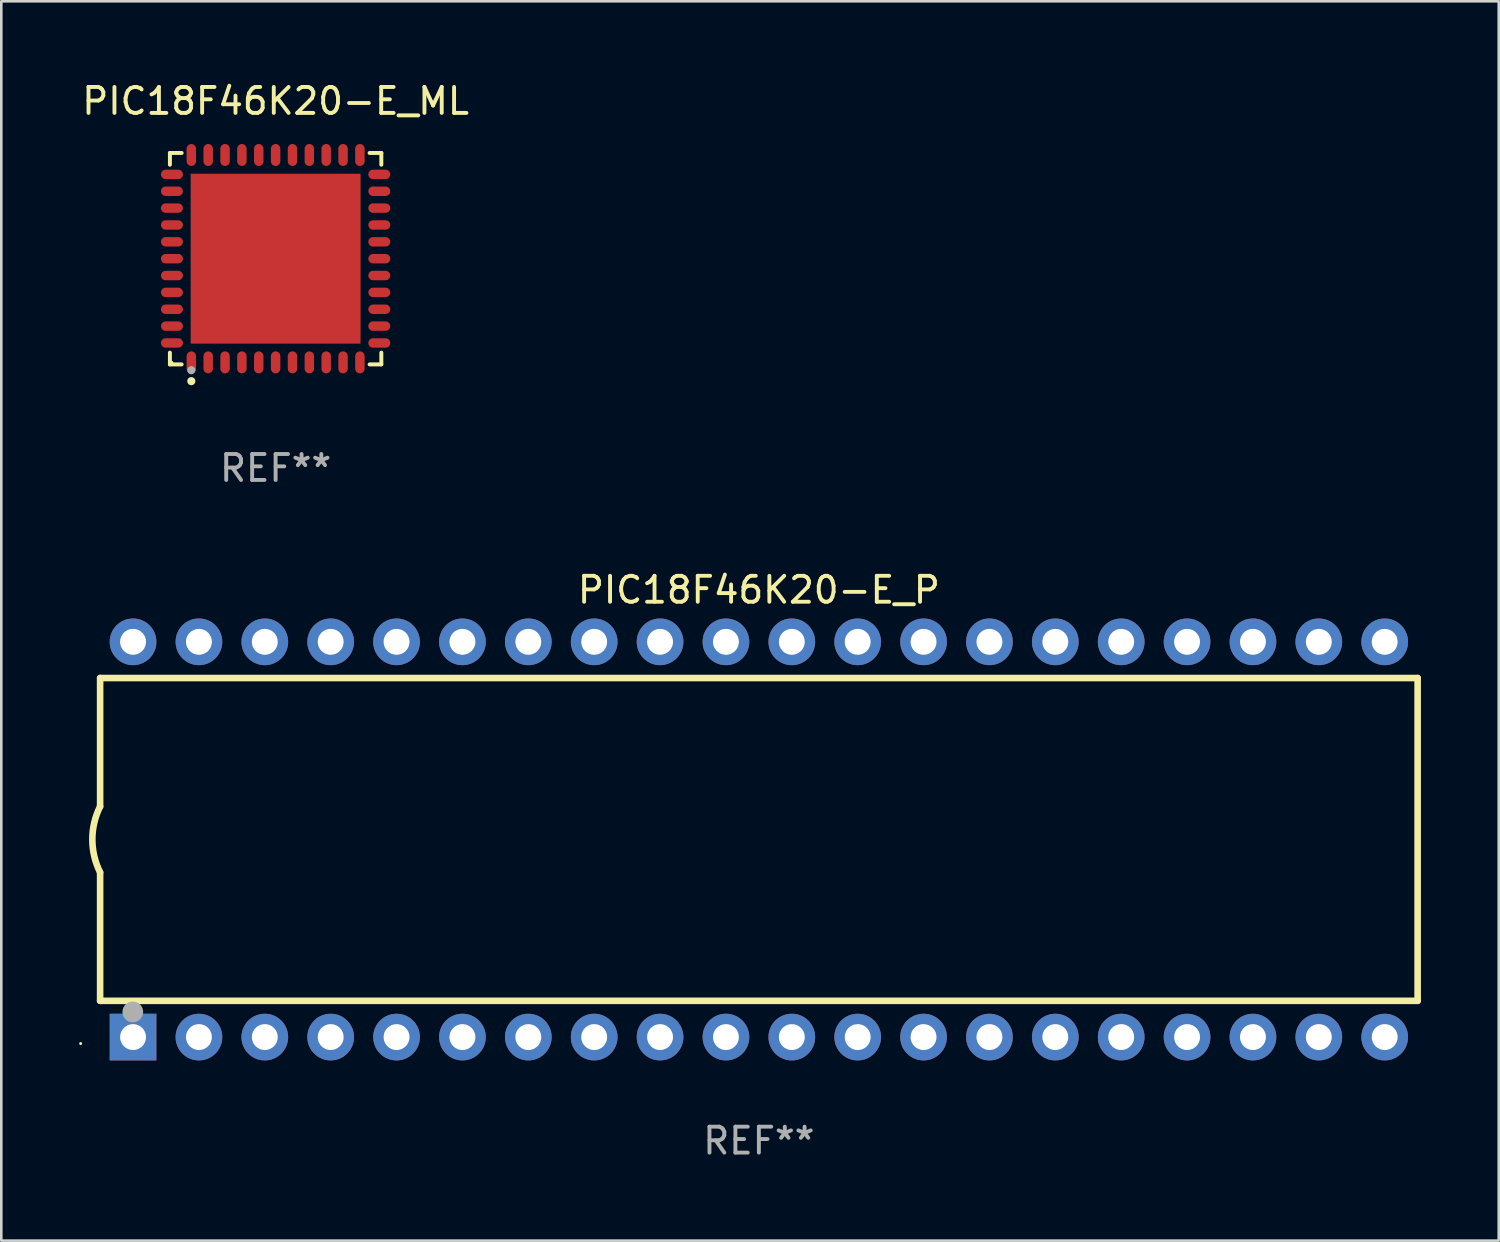
<source format=kicad_pcb>
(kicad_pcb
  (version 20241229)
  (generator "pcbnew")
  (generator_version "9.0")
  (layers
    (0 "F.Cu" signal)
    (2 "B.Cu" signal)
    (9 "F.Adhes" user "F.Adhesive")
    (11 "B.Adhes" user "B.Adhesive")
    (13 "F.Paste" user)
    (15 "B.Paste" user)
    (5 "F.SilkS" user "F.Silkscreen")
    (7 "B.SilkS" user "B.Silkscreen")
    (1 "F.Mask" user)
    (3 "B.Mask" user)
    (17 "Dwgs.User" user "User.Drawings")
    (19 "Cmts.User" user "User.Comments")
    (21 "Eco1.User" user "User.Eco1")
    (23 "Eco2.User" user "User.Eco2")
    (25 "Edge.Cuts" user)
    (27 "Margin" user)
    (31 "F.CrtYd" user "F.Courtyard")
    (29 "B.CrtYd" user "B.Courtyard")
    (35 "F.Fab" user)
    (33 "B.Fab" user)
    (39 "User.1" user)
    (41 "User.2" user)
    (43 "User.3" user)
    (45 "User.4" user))
  (footprint "PIC18F46K20-E_ML"
    (layer "F.Cu")
    (at 7.577 6.924)
    (property "Reference" "PIC18F46K20-E_ML" (at 0 -6.076 0) (layer "F.SilkS") (effects (font (size 1 1) (thickness 0.15))))
    (attr through_hole)
    (fp_line (start -4.076 -4.076) (end -3.623 -4.076) (stroke (width 0.152) (type solid)) (layer "F.SilkS"))
    (fp_line (start -4.076 -3.623) (end -4.076 -4.076) (stroke (width 0.152) (type solid)) (layer "F.SilkS"))
    (fp_line (start -4.076 3.623) (end -4.076 4.076) (stroke (width 0.152) (type solid)) (layer "F.SilkS"))
    (fp_line (start -4.076 4.076) (end -3.623 4.076) (stroke (width 0.152) (type solid)) (layer "F.SilkS"))
    (fp_line (start 4.076 -4.076) (end 3.623 -4.076) (stroke (width 0.152) (type solid)) (layer "F.SilkS"))
    (fp_line (start 4.076 -3.623) (end 4.076 -4.076) (stroke (width 0.152) (type solid)) (layer "F.SilkS"))
    (fp_line (start 4.076 3.623) (end 4.076 4.076) (stroke (width 0.152) (type solid)) (layer "F.SilkS"))
    (fp_line (start 4.076 4.076) (end 3.623 4.076) (stroke (width 0.152) (type solid)) (layer "F.SilkS"))
    (fp_circle (center -4 4) (end -3.97 4) (stroke (width 0.06) (type solid)) (fill no) (layer "F.SilkS"))
    (fp_circle (center -3.25 4.722) (end -3.171 4.722) (stroke (width 0.158) (type solid)) (fill no) (layer "F.SilkS"))
    (fp_circle (center -3.25 4.3) (end -3.171 4.3) (stroke (width 0.158) (type solid)) (fill no) (layer "F.Fab"))
    (fp_text user "REF**" (at 0 8.076 0) (layer "F.Fab") (effects (font (size 1 1) (thickness 0.15))))
    (pad "1" smd oval (at -3.25 3.998) (size 0.364 0.847) (layers "F.Cu" "F.Mask" "F.Paste"))
    (pad "2" smd oval (at -2.6 3.998) (size 0.364 0.847) (layers "F.Cu" "F.Mask" "F.Paste"))
    (pad "3" smd oval (at -1.95 3.998) (size 0.364 0.847) (layers "F.Cu" "F.Mask" "F.Paste"))
    (pad "4" smd oval (at -1.3 3.998) (size 0.364 0.847) (layers "F.Cu" "F.Mask" "F.Paste"))
    (pad "5" smd oval (at -0.65 3.998) (size 0.364 0.847) (layers "F.Cu" "F.Mask" "F.Paste"))
    (pad "6" smd oval (at 0 3.998) (size 0.364 0.847) (layers "F.Cu" "F.Mask" "F.Paste"))
    (pad "7" smd oval (at 0.65 3.998) (size 0.364 0.847) (layers "F.Cu" "F.Mask" "F.Paste"))
    (pad "8" smd oval (at 1.3 3.998) (size 0.364 0.847) (layers "F.Cu" "F.Mask" "F.Paste"))
    (pad "9" smd oval (at 1.95 3.998) (size 0.364 0.847) (layers "F.Cu" "F.Mask" "F.Paste"))
    (pad "10" smd oval (at 2.6 3.998) (size 0.364 0.847) (layers "F.Cu" "F.Mask" "F.Paste"))
    (pad "11" smd oval (at 3.25 3.998) (size 0.364 0.847) (layers "F.Cu" "F.Mask" "F.Paste"))
    (pad "12" smd oval (at 3.998 3.25) (size 0.847 0.364) (layers "F.Cu" "F.Mask" "F.Paste"))
    (pad "13" smd oval (at 3.998 2.6) (size 0.847 0.364) (layers "F.Cu" "F.Mask" "F.Paste"))
    (pad "14" smd oval (at 3.998 1.95) (size 0.847 0.364) (layers "F.Cu" "F.Mask" "F.Paste"))
    (pad "15" smd oval (at 3.998 1.3) (size 0.847 0.364) (layers "F.Cu" "F.Mask" "F.Paste"))
    (pad "16" smd oval (at 3.998 0.65) (size 0.847 0.364) (layers "F.Cu" "F.Mask" "F.Paste"))
    (pad "17" smd oval (at 3.998 0) (size 0.847 0.364) (layers "F.Cu" "F.Mask" "F.Paste"))
    (pad "18" smd oval (at 3.998 -0.65) (size 0.847 0.364) (layers "F.Cu" "F.Mask" "F.Paste"))
    (pad "19" smd oval (at 3.998 -1.3) (size 0.847 0.364) (layers "F.Cu" "F.Mask" "F.Paste"))
    (pad "20" smd oval (at 3.998 -1.95) (size 0.847 0.364) (layers "F.Cu" "F.Mask" "F.Paste"))
    (pad "21" smd oval (at 3.998 -2.6) (size 0.847 0.364) (layers "F.Cu" "F.Mask" "F.Paste"))
    (pad "22" smd oval (at 3.998 -3.25) (size 0.847 0.364) (layers "F.Cu" "F.Mask" "F.Paste"))
    (pad "23" smd oval (at 3.25 -3.998) (size 0.364 0.847) (layers "F.Cu" "F.Mask" "F.Paste"))
    (pad "24" smd oval (at 2.6 -3.998) (size 0.364 0.847) (layers "F.Cu" "F.Mask" "F.Paste"))
    (pad "25" smd oval (at 1.95 -3.998) (size 0.364 0.847) (layers "F.Cu" "F.Mask" "F.Paste"))
    (pad "26" smd oval (at 1.3 -3.998) (size 0.364 0.847) (layers "F.Cu" "F.Mask" "F.Paste"))
    (pad "27" smd oval (at 0.65 -3.998) (size 0.364 0.847) (layers "F.Cu" "F.Mask" "F.Paste"))
    (pad "28" smd oval (at 0 -3.998) (size 0.364 0.847) (layers "F.Cu" "F.Mask" "F.Paste"))
    (pad "29" smd oval (at -0.65 -3.998) (size 0.364 0.847) (layers "F.Cu" "F.Mask" "F.Paste"))
    (pad "30" smd oval (at -1.3 -3.998) (size 0.364 0.847) (layers "F.Cu" "F.Mask" "F.Paste"))
    (pad "31" smd oval (at -1.95 -3.998) (size 0.364 0.847) (layers "F.Cu" "F.Mask" "F.Paste"))
    (pad "32" smd oval (at -2.6 -3.998) (size 0.364 0.847) (layers "F.Cu" "F.Mask" "F.Paste"))
    (pad "33" smd oval (at -3.25 -3.998) (size 0.364 0.847) (layers "F.Cu" "F.Mask" "F.Paste"))
    (pad "34" smd oval (at -3.998 -3.25) (size 0.847 0.364) (layers "F.Cu" "F.Mask" "F.Paste"))
    (pad "35" smd oval (at -3.998 -2.6) (size 0.847 0.364) (layers "F.Cu" "F.Mask" "F.Paste"))
    (pad "36" smd oval (at -3.998 -1.95) (size 0.847 0.364) (layers "F.Cu" "F.Mask" "F.Paste"))
    (pad "37" smd oval (at -3.998 -1.3) (size 0.847 0.364) (layers "F.Cu" "F.Mask" "F.Paste"))
    (pad "38" smd oval (at -3.998 -0.65) (size 0.847 0.364) (layers "F.Cu" "F.Mask" "F.Paste"))
    (pad "39" smd oval (at -3.998 0) (size 0.847 0.364) (layers "F.Cu" "F.Mask" "F.Paste"))
    (pad "40" smd oval (at -3.998 0.65) (size 0.847 0.364) (layers "F.Cu" "F.Mask" "F.Paste"))
    (pad "41" smd oval (at -3.998 1.3) (size 0.847 0.364) (layers "F.Cu" "F.Mask" "F.Paste"))
    (pad "42" smd oval (at -3.998 1.95) (size 0.847 0.364) (layers "F.Cu" "F.Mask" "F.Paste"))
    (pad "43" smd oval (at -3.998 2.6) (size 0.847 0.364) (layers "F.Cu" "F.Mask" "F.Paste"))
    (pad "44" smd oval (at -3.998 3.25) (size 0.847 0.364) (layers "F.Cu" "F.Mask" "F.Paste"))
    (pad "45" smd rect (at 0 0) (size 6.55 6.55) (layers "F.Cu" "F.Mask" "F.Paste")))
  (footprint "PIC18F46K20-E_P"
    (layer "F.Cu")
    (at 26.21 29.317)
    (property "Reference" "PIC18F46K20-E_P" (at 0 -9.62 0) (layer "F.SilkS") (effects (font (size 1 1) (thickness 0.15))))
    (attr through_hole)
    (fp_line (start -25.4 -6.224) (end -25.4 -1.271) (stroke (width 0.254) (type solid)) (layer "F.SilkS"))
    (fp_line (start -25.4 -6.224) (end 25.4 -6.224) (stroke (width 0.254) (type solid)) (layer "F.SilkS"))
    (fp_line (start -25.4 1.269) (end -25.4 6.222) (stroke (width 0.254) (type solid)) (layer "F.SilkS"))
    (fp_line (start -25.4 6.222) (end 25.4 6.222) (stroke (width 0.254) (type solid)) (layer "F.SilkS"))
    (fp_line (start 25.4 6.222) (end 25.4 -6.224) (stroke (width 0.254) (type solid)) (layer "F.SilkS"))
    (fp_arc (start -25.4 1.269241) (mid -25.699807 -0.000762) (end -25.4 -1.270765) (stroke (width 0.254001) (type solid)) (layer "F.SilkS"))
    (fp_circle (center -26.15 7.87) (end -26.12 7.87) (stroke (width 0.06) (type solid)) (fill no) (layer "F.SilkS"))
    (fp_circle (center -24.14 6.65) (end -23.94 6.65) (stroke (width 0.4) (type solid)) (fill no) (layer "F.Fab"))
    (fp_text user "REF**" (at 0 11.62 0) (layer "F.Fab") (effects (font (size 1 1) (thickness 0.15))))
    (pad "1" thru_hole rect (at -24.13 7.62 90) (size 1.8 1.8) (drill 1) (layers "*.Cu" "*.Mask"))
    (pad "2" thru_hole circle (at -21.59 7.62) (size 1.8 1.8) (drill 1) (layers "*.Cu" "*.Mask"))
    (pad "3" thru_hole circle (at -19.05 7.62) (size 1.8 1.8) (drill 1) (layers "*.Cu" "*.Mask"))
    (pad "4" thru_hole circle (at -16.51 7.62) (size 1.8 1.8) (drill 1) (layers "*.Cu" "*.Mask"))
    (pad "5" thru_hole circle (at -13.97 7.62) (size 1.8 1.8) (drill 1) (layers "*.Cu" "*.Mask"))
    (pad "6" thru_hole circle (at -11.43 7.62) (size 1.8 1.8) (drill 1) (layers "*.Cu" "*.Mask"))
    (pad "7" thru_hole circle (at -8.89 7.62) (size 1.8 1.8) (drill 1) (layers "*.Cu" "*.Mask"))
    (pad "8" thru_hole circle (at -6.35 7.62) (size 1.8 1.8) (drill 1) (layers "*.Cu" "*.Mask"))
    (pad "9" thru_hole circle (at -3.81 7.62) (size 1.8 1.8) (drill 1) (layers "*.Cu" "*.Mask"))
    (pad "10" thru_hole circle (at -1.27 7.62) (size 1.8 1.8) (drill 1) (layers "*.Cu" "*.Mask"))
    (pad "11" thru_hole circle (at 1.27 7.62) (size 1.8 1.8) (drill 1) (layers "*.Cu" "*.Mask"))
    (pad "12" thru_hole circle (at 3.81 7.62) (size 1.8 1.8) (drill 1) (layers "*.Cu" "*.Mask"))
    (pad "13" thru_hole circle (at 6.35 7.62) (size 1.8 1.8) (drill 1) (layers "*.Cu" "*.Mask"))
    (pad "14" thru_hole circle (at 8.89 7.62) (size 1.8 1.8) (drill 1) (layers "*.Cu" "*.Mask"))
    (pad "15" thru_hole circle (at 11.43 7.62) (size 1.8 1.8) (drill 1) (layers "*.Cu" "*.Mask"))
    (pad "16" thru_hole circle (at 13.97 7.62) (size 1.8 1.8) (drill 1) (layers "*.Cu" "*.Mask"))
    (pad "17" thru_hole circle (at 16.51 7.62) (size 1.8 1.8) (drill 1) (layers "*.Cu" "*.Mask"))
    (pad "18" thru_hole circle (at 19.05 7.62) (size 1.8 1.8) (drill 1) (layers "*.Cu" "*.Mask"))
    (pad "19" thru_hole circle (at 21.59 7.62) (size 1.8 1.8) (drill 1) (layers "*.Cu" "*.Mask"))
    (pad "20" thru_hole circle (at 24.13 7.62) (size 1.8 1.8) (drill 1) (layers "*.Cu" "*.Mask"))
    (pad "21" thru_hole circle (at 24.13 -7.62) (size 1.8 1.8) (drill 1) (layers "*.Cu" "*.Mask"))
    (pad "22" thru_hole circle (at 21.59 -7.62) (size 1.8 1.8) (drill 1) (layers "*.Cu" "*.Mask"))
    (pad "23" thru_hole circle (at 19.05 -7.62) (size 1.8 1.8) (drill 1) (layers "*.Cu" "*.Mask"))
    (pad "24" thru_hole circle (at 16.51 -7.62) (size 1.8 1.8) (drill 1) (layers "*.Cu" "*.Mask"))
    (pad "25" thru_hole circle (at 13.97 -7.62) (size 1.8 1.8) (drill 1) (layers "*.Cu" "*.Mask"))
    (pad "26" thru_hole circle (at 11.43 -7.62) (size 1.8 1.8) (drill 1) (layers "*.Cu" "*.Mask"))
    (pad "27" thru_hole circle (at 8.89 -7.62) (size 1.8 1.8) (drill 1) (layers "*.Cu" "*.Mask"))
    (pad "28" thru_hole circle (at 6.35 -7.62) (size 1.8 1.8) (drill 1) (layers "*.Cu" "*.Mask"))
    (pad "29" thru_hole circle (at 3.81 -7.62) (size 1.8 1.8) (drill 1) (layers "*.Cu" "*.Mask"))
    (pad "30" thru_hole circle (at 1.27 -7.62) (size 1.8 1.8) (drill 1) (layers "*.Cu" "*.Mask"))
    (pad "31" thru_hole circle (at -1.27 -7.62) (size 1.8 1.8) (drill 1) (layers "*.Cu" "*.Mask"))
    (pad "32" thru_hole circle (at -3.81 -7.62) (size 1.8 1.8) (drill 1) (layers "*.Cu" "*.Mask"))
    (pad "33" thru_hole circle (at -6.35 -7.62) (size 1.8 1.8) (drill 1) (layers "*.Cu" "*.Mask"))
    (pad "34" thru_hole circle (at -8.89 -7.62) (size 1.8 1.8) (drill 1) (layers "*.Cu" "*.Mask"))
    (pad "35" thru_hole circle (at -11.43 -7.62) (size 1.8 1.8) (drill 1) (layers "*.Cu" "*.Mask"))
    (pad "36" thru_hole circle (at -13.97 -7.62) (size 1.8 1.8) (drill 1) (layers "*.Cu" "*.Mask"))
    (pad "37" thru_hole circle (at -16.51 -7.62) (size 1.8 1.8) (drill 1) (layers "*.Cu" "*.Mask"))
    (pad "38" thru_hole circle (at -19.05 -7.62) (size 1.8 1.8) (drill 1) (layers "*.Cu" "*.Mask"))
    (pad "39" thru_hole circle (at -21.59 -7.62) (size 1.8 1.8) (drill 1) (layers "*.Cu" "*.Mask"))
    (pad "40" thru_hole circle (at -24.13 -7.62) (size 1.8 1.8) (drill 1) (layers "*.Cu" "*.Mask")))
  (gr_rect
    (start -3 -3)
    (end 54.737 44.785)
    (stroke (width 0.1) (type default))
    (fill no)
    (layer "Edge.Cuts")))
</source>
